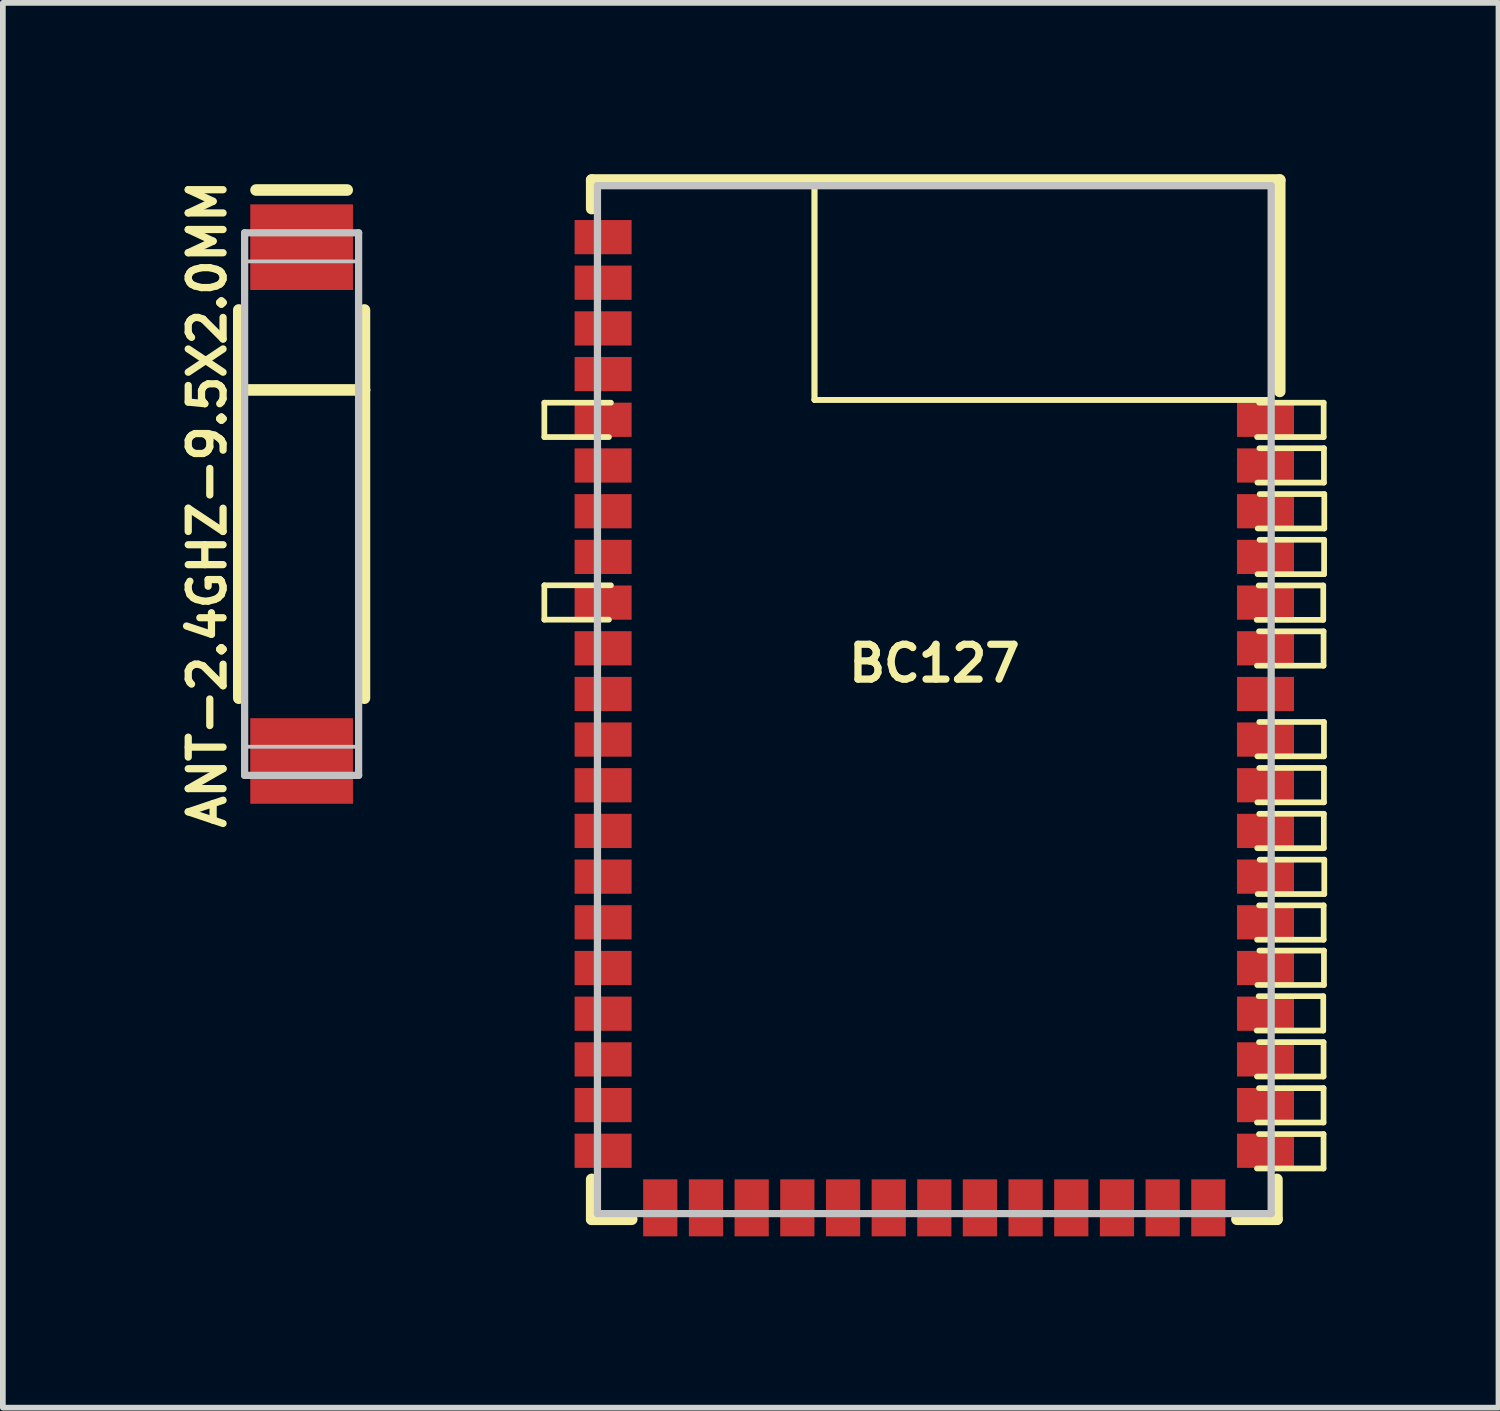
<source format=kicad_pcb>
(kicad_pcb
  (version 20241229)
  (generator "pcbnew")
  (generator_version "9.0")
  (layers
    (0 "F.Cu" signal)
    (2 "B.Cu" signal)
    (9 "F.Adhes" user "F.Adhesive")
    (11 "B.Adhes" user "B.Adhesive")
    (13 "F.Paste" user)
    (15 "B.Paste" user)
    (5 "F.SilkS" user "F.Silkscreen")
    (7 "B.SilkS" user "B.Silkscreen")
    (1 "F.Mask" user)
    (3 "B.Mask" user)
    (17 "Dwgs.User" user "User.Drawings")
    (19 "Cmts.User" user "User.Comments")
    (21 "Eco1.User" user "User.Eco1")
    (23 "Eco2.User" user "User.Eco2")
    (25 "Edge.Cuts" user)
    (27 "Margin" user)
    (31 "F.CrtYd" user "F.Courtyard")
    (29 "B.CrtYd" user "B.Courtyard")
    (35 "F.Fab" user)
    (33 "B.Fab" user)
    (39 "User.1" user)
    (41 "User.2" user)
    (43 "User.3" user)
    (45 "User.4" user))
  (footprint "ANT-2.4GHZ-9.5X2.0MM"
    (layer "F.Cu")
    (at 2.231 5.776)
    (property "Reference" "ANT-2.4GHZ-9.5X2.0MM" (at -1.651 0 90) (layer "F.SilkS") (effects (font (size 0.61 0.61) (thickness 0.127))))
    (attr smd)
    (fp_line (start -1.1 -3.399) (end -1.1 -1.999) (stroke (width 0.203) (type solid)) (layer "F.SilkS"))
    (fp_line (start -1.1 -1.999) (end -1.1 3.399) (stroke (width 0.203) (type solid)) (layer "F.SilkS"))
    (fp_line (start 0.798 -5.499) (end -0.798 -5.499) (stroke (width 0.203) (type solid)) (layer "F.SilkS"))
    (fp_line (start 1.1 -3.399) (end 1.1 -1.999) (stroke (width 0.203) (type solid)) (layer "F.SilkS"))
    (fp_line (start 1.1 -1.999) (end -1.1 -1.999) (stroke (width 0.203) (type solid)) (layer "F.SilkS"))
    (fp_line (start 1.1 -1.999) (end 1.1 3.399) (stroke (width 0.203) (type solid)) (layer "F.SilkS"))
    (fp_line (start -0.998 -4.75) (end 0.998 -4.75) (stroke (width 0.066) (type solid)) (layer "Dwgs.User"))
    (fp_line (start -0.998 -4.75) (end 0.998 -4.75) (stroke (width 0.127) (type solid)) (layer "Dwgs.User"))
    (fp_line (start -0.998 -4.249) (end -0.998 -4.75) (stroke (width 0.066) (type solid)) (layer "Dwgs.User"))
    (fp_line (start -0.998 -4.249) (end 0.998 -4.249) (stroke (width 0.066) (type solid)) (layer "Dwgs.User"))
    (fp_line (start -0.998 4.249) (end 0.998 4.249) (stroke (width 0.066) (type solid)) (layer "Dwgs.User"))
    (fp_line (start -0.998 4.75) (end -0.998 -4.75) (stroke (width 0.127) (type solid)) (layer "Dwgs.User"))
    (fp_line (start -0.998 4.75) (end -0.998 4.249) (stroke (width 0.066) (type solid)) (layer "Dwgs.User"))
    (fp_line (start -0.998 4.75) (end 0.998 4.75) (stroke (width 0.066) (type solid)) (layer "Dwgs.User"))
    (fp_line (start 0.998 -4.75) (end 0.998 4.75) (stroke (width 0.127) (type solid)) (layer "Dwgs.User"))
    (fp_line (start 0.998 -4.249) (end 0.998 -4.75) (stroke (width 0.066) (type solid)) (layer "Dwgs.User"))
    (fp_line (start 0.998 4.75) (end -0.998 4.75) (stroke (width 0.127) (type solid)) (layer "Dwgs.User"))
    (fp_line (start 0.998 4.75) (end 0.998 4.249) (stroke (width 0.066) (type solid)) (layer "Dwgs.User"))
    (pad "FEED" smd rect (at 0 -4.498) (size 1.798 1.499) (layers "F.Cu" "F.Mask" "F.Paste"))
    (pad "NC" smd rect (at 0 4.498) (size 1.798 1.499) (layers "F.Cu" "F.Mask" "F.Paste")))
  (footprint "BC127"
    (layer "F.Cu")
    (at 13.309 9.2)
    (property "Reference" "BC127" (at 0 -0.635 0) (layer "F.SilkS") (effects (font (size 0.61 0.61) (thickness 0.127))))
    (attr smd)
    (fp_line (start -6.828 -5.199) (end -6.828 -4.597) (stroke (width 0.1) (type solid)) (layer "F.SilkS"))
    (fp_line (start -6.828 -4.597) (end -5.697 -4.597) (stroke (width 0.1) (type solid)) (layer "F.SilkS"))
    (fp_line (start -6.828 -2.002) (end -6.828 -1.4) (stroke (width 0.1) (type solid)) (layer "F.SilkS"))
    (fp_line (start -6.828 -1.4) (end -5.697 -1.4) (stroke (width 0.1) (type solid)) (layer "F.SilkS"))
    (fp_line (start -5.999 -9.098) (end 6.048 -9.098) (stroke (width 0.203) (type solid)) (layer "F.SilkS"))
    (fp_line (start -5.999 -8.598) (end -5.999 -9.098) (stroke (width 0.203) (type solid)) (layer "F.SilkS"))
    (fp_line (start -5.999 9.098) (end -5.999 8.4) (stroke (width 0.203) (type solid)) (layer "F.SilkS"))
    (fp_line (start -5.662 -5.199) (end -6.828 -5.199) (stroke (width 0.1) (type solid)) (layer "F.SilkS"))
    (fp_line (start -5.662 -2.002) (end -6.828 -2.002) (stroke (width 0.1) (type solid)) (layer "F.SilkS"))
    (fp_line (start -5.298 9.098) (end -5.999 9.098) (stroke (width 0.203) (type solid)) (layer "F.SilkS"))
    (fp_line (start -2.098 -8.999) (end -2.098 -5.248) (stroke (width 0.1) (type solid)) (layer "F.SilkS"))
    (fp_line (start -2.098 -8.999) (end -2.098 -5.248) (stroke (width 0.1) (type solid)) (layer "F.SilkS"))
    (fp_line (start -2.098 -5.248) (end 5.898 -5.248) (stroke (width 0.1) (type solid)) (layer "F.SilkS"))
    (fp_line (start -2.098 -5.248) (end 5.898 -5.248) (stroke (width 0.1) (type solid)) (layer "F.SilkS"))
    (fp_line (start 5.644 -1.397) (end 6.81 -1.397) (stroke (width 0.1) (type solid)) (layer "F.SilkS"))
    (fp_line (start 5.644 5.794) (end 6.81 5.794) (stroke (width 0.1) (type solid)) (layer "F.SilkS"))
    (fp_line (start 5.649 -0.594) (end 6.815 -0.594) (stroke (width 0.1) (type solid)) (layer "F.SilkS"))
    (fp_line (start 5.649 6.599) (end 6.815 6.599) (stroke (width 0.1) (type solid)) (layer "F.SilkS"))
    (fp_line (start 5.649 7.404) (end 6.815 7.404) (stroke (width 0.1) (type solid)) (layer "F.SilkS"))
    (fp_line (start 5.649 8.209) (end 6.815 8.209) (stroke (width 0.1) (type solid)) (layer "F.SilkS"))
    (fp_line (start 5.652 -4.597) (end 6.817 -4.597) (stroke (width 0.1) (type solid)) (layer "F.SilkS"))
    (fp_line (start 5.652 4.204) (end 6.817 4.204) (stroke (width 0.1) (type solid)) (layer "F.SilkS"))
    (fp_line (start 5.654 2.601) (end 6.82 2.601) (stroke (width 0.1) (type solid)) (layer "F.SilkS"))
    (fp_line (start 5.657 -3.8) (end 6.822 -3.8) (stroke (width 0.1) (type solid)) (layer "F.SilkS"))
    (fp_line (start 5.657 0.993) (end 6.822 0.993) (stroke (width 0.1) (type solid)) (layer "F.SilkS"))
    (fp_line (start 5.657 1.798) (end 6.822 1.798) (stroke (width 0.1) (type solid)) (layer "F.SilkS"))
    (fp_line (start 5.657 4.996) (end 6.822 4.996) (stroke (width 0.1) (type solid)) (layer "F.SilkS"))
    (fp_line (start 5.659 -2.197) (end 6.825 -2.197) (stroke (width 0.1) (type solid)) (layer "F.SilkS"))
    (fp_line (start 5.662 -2.997) (end 6.828 -2.997) (stroke (width 0.1) (type solid)) (layer "F.SilkS"))
    (fp_line (start 5.662 3.404) (end 6.828 3.404) (stroke (width 0.1) (type solid)) (layer "F.SilkS"))
    (fp_line (start 5.898 -5.248) (end 5.898 -8.999) (stroke (width 0.1) (type solid)) (layer "F.SilkS"))
    (fp_line (start 5.898 -5.248) (end 5.898 -8.999) (stroke (width 0.1) (type solid)) (layer "F.SilkS"))
    (fp_line (start 5.999 8.4) (end 5.999 9.098) (stroke (width 0.203) (type solid)) (layer "F.SilkS"))
    (fp_line (start 5.999 9.098) (end 5.298 9.098) (stroke (width 0.203) (type solid)) (layer "F.SilkS"))
    (fp_line (start 6.048 -9.098) (end 6.048 -5.397) (stroke (width 0.203) (type solid)) (layer "F.SilkS"))
    (fp_line (start 6.81 -1.999) (end 5.679 -1.999) (stroke (width 0.1) (type solid)) (layer "F.SilkS"))
    (fp_line (start 6.81 -1.397) (end 6.81 -1.999) (stroke (width 0.1) (type solid)) (layer "F.SilkS"))
    (fp_line (start 6.81 5.192) (end 5.679 5.192) (stroke (width 0.1) (type solid)) (layer "F.SilkS"))
    (fp_line (start 6.81 5.794) (end 6.81 5.192) (stroke (width 0.1) (type solid)) (layer "F.SilkS"))
    (fp_line (start 6.815 -1.196) (end 5.685 -1.196) (stroke (width 0.1) (type solid)) (layer "F.SilkS"))
    (fp_line (start 6.815 -0.594) (end 6.815 -1.196) (stroke (width 0.1) (type solid)) (layer "F.SilkS"))
    (fp_line (start 6.815 5.997) (end 5.685 5.997) (stroke (width 0.1) (type solid)) (layer "F.SilkS"))
    (fp_line (start 6.815 6.599) (end 6.815 5.997) (stroke (width 0.1) (type solid)) (layer "F.SilkS"))
    (fp_line (start 6.815 6.802) (end 5.685 6.802) (stroke (width 0.1) (type solid)) (layer "F.SilkS"))
    (fp_line (start 6.815 7.404) (end 6.815 6.802) (stroke (width 0.1) (type solid)) (layer "F.SilkS"))
    (fp_line (start 6.815 7.607) (end 5.685 7.607) (stroke (width 0.1) (type solid)) (layer "F.SilkS"))
    (fp_line (start 6.815 8.209) (end 6.815 7.607) (stroke (width 0.1) (type solid)) (layer "F.SilkS"))
    (fp_line (start 6.817 -5.199) (end 5.687 -5.199) (stroke (width 0.1) (type solid)) (layer "F.SilkS"))
    (fp_line (start 6.817 -4.597) (end 6.817 -5.199) (stroke (width 0.1) (type solid)) (layer "F.SilkS"))
    (fp_line (start 6.817 3.602) (end 5.687 3.602) (stroke (width 0.1) (type solid)) (layer "F.SilkS"))
    (fp_line (start 6.817 4.204) (end 6.817 3.602) (stroke (width 0.1) (type solid)) (layer "F.SilkS"))
    (fp_line (start 6.82 1.999) (end 5.69 1.999) (stroke (width 0.1) (type solid)) (layer "F.SilkS"))
    (fp_line (start 6.82 2.601) (end 6.82 1.999) (stroke (width 0.1) (type solid)) (layer "F.SilkS"))
    (fp_line (start 6.822 -4.402) (end 5.692 -4.402) (stroke (width 0.1) (type solid)) (layer "F.SilkS"))
    (fp_line (start 6.822 -3.8) (end 6.822 -4.402) (stroke (width 0.1) (type solid)) (layer "F.SilkS"))
    (fp_line (start 6.822 0.391) (end 5.69 0.391) (stroke (width 0.1) (type solid)) (layer "F.SilkS"))
    (fp_line (start 6.822 0.993) (end 6.822 0.391) (stroke (width 0.1) (type solid)) (layer "F.SilkS"))
    (fp_line (start 6.822 1.196) (end 5.69 1.196) (stroke (width 0.1) (type solid)) (layer "F.SilkS"))
    (fp_line (start 6.822 1.798) (end 6.822 1.196) (stroke (width 0.1) (type solid)) (layer "F.SilkS"))
    (fp_line (start 6.822 4.394) (end 5.692 4.394) (stroke (width 0.1) (type solid)) (layer "F.SilkS"))
    (fp_line (start 6.822 4.996) (end 6.822 4.394) (stroke (width 0.1) (type solid)) (layer "F.SilkS"))
    (fp_line (start 6.825 -2.799) (end 5.695 -2.799) (stroke (width 0.1) (type solid)) (layer "F.SilkS"))
    (fp_line (start 6.825 -2.197) (end 6.825 -2.799) (stroke (width 0.1) (type solid)) (layer "F.SilkS"))
    (fp_line (start 6.828 -3.599) (end 5.697 -3.599) (stroke (width 0.1) (type solid)) (layer "F.SilkS"))
    (fp_line (start 6.828 -2.997) (end 6.828 -3.599) (stroke (width 0.1) (type solid)) (layer "F.SilkS"))
    (fp_line (start 6.828 2.802) (end 5.697 2.802) (stroke (width 0.1) (type solid)) (layer "F.SilkS"))
    (fp_line (start 6.828 3.404) (end 6.828 2.802) (stroke (width 0.1) (type solid)) (layer "F.SilkS"))
    (fp_line (start -5.898 -8.999) (end 5.898 -8.999) (stroke (width 0.127) (type solid)) (layer "Dwgs.User"))
    (fp_line (start -5.898 8.999) (end -5.898 -8.999) (stroke (width 0.127) (type solid)) (layer "Dwgs.User"))
    (fp_line (start 5.898 -8.999) (end 5.898 8.999) (stroke (width 0.127) (type solid)) (layer "Dwgs.User"))
    (fp_line (start 5.898 8.999) (end -5.898 8.999) (stroke (width 0.127) (type solid)) (layer "Dwgs.User"))
    (pad "1" smd rect (at -5.799 -8.098) (size 0.998 0.599) (layers "F.Cu" "F.Mask" "F.Paste"))
    (pad "2" smd rect (at -5.799 -7.3) (size 0.998 0.599) (layers "F.Cu" "F.Mask" "F.Paste"))
    (pad "3" smd rect (at -5.799 -6.5) (size 0.998 0.599) (layers "F.Cu" "F.Mask" "F.Paste"))
    (pad "4" smd rect (at -5.799 -5.7) (size 0.998 0.599) (layers "F.Cu" "F.Mask" "F.Paste"))
    (pad "5" smd rect (at -5.799 -4.9) (size 0.998 0.599) (layers "F.Cu" "F.Mask" "F.Paste"))
    (pad "6" smd rect (at -5.799 -4.1) (size 0.998 0.599) (layers "F.Cu" "F.Mask" "F.Paste"))
    (pad "7" smd rect (at -5.799 -3.299) (size 0.998 0.599) (layers "F.Cu" "F.Mask" "F.Paste"))
    (pad "8" smd rect (at -5.799 -2.499) (size 0.998 0.599) (layers "F.Cu" "F.Mask" "F.Paste"))
    (pad "9" smd rect (at -5.799 -1.699) (size 0.998 0.599) (layers "F.Cu" "F.Mask" "F.Paste"))
    (pad "10" smd rect (at -5.799 -0.899) (size 0.998 0.599) (layers "F.Cu" "F.Mask" "F.Paste"))
    (pad "11" smd rect (at -5.799 -0.099) (size 0.998 0.599) (layers "F.Cu" "F.Mask" "F.Paste"))
    (pad "12" smd rect (at -5.799 0.699) (size 0.998 0.599) (layers "F.Cu" "F.Mask" "F.Paste"))
    (pad "13" smd rect (at -5.799 1.499) (size 0.998 0.599) (layers "F.Cu" "F.Mask" "F.Paste"))
    (pad "14" smd rect (at -5.799 2.299) (size 0.998 0.599) (layers "F.Cu" "F.Mask" "F.Paste"))
    (pad "15" smd rect (at -5.799 3.099) (size 0.998 0.599) (layers "F.Cu" "F.Mask" "F.Paste"))
    (pad "16" smd rect (at -5.799 3.899) (size 0.998 0.599) (layers "F.Cu" "F.Mask" "F.Paste"))
    (pad "17" smd rect (at -5.799 4.699) (size 0.998 0.599) (layers "F.Cu" "F.Mask" "F.Paste"))
    (pad "18" smd rect (at -5.799 5.499) (size 0.998 0.599) (layers "F.Cu" "F.Mask" "F.Paste"))
    (pad "19" smd rect (at -5.799 6.299) (size 0.998 0.599) (layers "F.Cu" "F.Mask" "F.Paste"))
    (pad "20" smd rect (at -5.799 7.099) (size 0.998 0.599) (layers "F.Cu" "F.Mask" "F.Paste"))
    (pad "21" smd rect (at -5.799 7.899) (size 0.998 0.599) (layers "F.Cu" "F.Mask" "F.Paste"))
    (pad "22" smd rect (at -4.798 8.898 90) (size 0.998 0.599) (layers "F.Cu" "F.Mask" "F.Paste"))
    (pad "23" smd rect (at -3.998 8.898 90) (size 0.998 0.599) (layers "F.Cu" "F.Mask" "F.Paste"))
    (pad "24" smd rect (at -3.198 8.898 90) (size 0.998 0.599) (layers "F.Cu" "F.Mask" "F.Paste"))
    (pad "25" smd rect (at -2.398 8.898 90) (size 0.998 0.599) (layers "F.Cu" "F.Mask" "F.Paste"))
    (pad "26" smd rect (at -1.598 8.898 90) (size 0.998 0.599) (layers "F.Cu" "F.Mask" "F.Paste"))
    (pad "27" smd rect (at -0.798 8.898 90) (size 0.998 0.599) (layers "F.Cu" "F.Mask" "F.Paste"))
    (pad "28" smd rect (at 0 8.898 90) (size 0.998 0.599) (layers "F.Cu" "F.Mask" "F.Paste"))
    (pad "29" smd rect (at 0.798 8.898 90) (size 0.998 0.599) (layers "F.Cu" "F.Mask" "F.Paste"))
    (pad "30" smd rect (at 1.598 8.898 90) (size 0.998 0.599) (layers "F.Cu" "F.Mask" "F.Paste"))
    (pad "31" smd rect (at 2.398 8.898 90) (size 0.998 0.599) (layers "F.Cu" "F.Mask" "F.Paste"))
    (pad "32" smd rect (at 3.198 8.898 90) (size 0.998 0.599) (layers "F.Cu" "F.Mask" "F.Paste"))
    (pad "33" smd rect (at 3.998 8.898 90) (size 0.998 0.599) (layers "F.Cu" "F.Mask" "F.Paste"))
    (pad "34" smd rect (at 4.798 8.898 90) (size 0.998 0.599) (layers "F.Cu" "F.Mask" "F.Paste"))
    (pad "35" smd rect (at 5.799 7.899) (size 0.998 0.599) (layers "F.Cu" "F.Mask" "F.Paste"))
    (pad "36" smd rect (at 5.799 7.099) (size 0.998 0.599) (layers "F.Cu" "F.Mask" "F.Paste"))
    (pad "37" smd rect (at 5.799 6.299) (size 0.998 0.599) (layers "F.Cu" "F.Mask" "F.Paste"))
    (pad "38" smd rect (at 5.799 5.499) (size 0.998 0.599) (layers "F.Cu" "F.Mask" "F.Paste"))
    (pad "39" smd rect (at 5.799 4.699) (size 0.998 0.599) (layers "F.Cu" "F.Mask" "F.Paste"))
    (pad "40" smd rect (at 5.799 3.899) (size 0.998 0.599) (layers "F.Cu" "F.Mask" "F.Paste"))
    (pad "41" smd rect (at 5.799 3.099) (size 0.998 0.599) (layers "F.Cu" "F.Mask" "F.Paste"))
    (pad "42" smd rect (at 5.799 2.299) (size 0.998 0.599) (layers "F.Cu" "F.Mask" "F.Paste"))
    (pad "43" smd rect (at 5.799 1.499) (size 0.998 0.599) (layers "F.Cu" "F.Mask" "F.Paste"))
    (pad "44" smd rect (at 5.799 0.699) (size 0.998 0.599) (layers "F.Cu" "F.Mask" "F.Paste"))
    (pad "45" smd rect (at 5.799 -0.099) (size 0.998 0.599) (layers "F.Cu" "F.Mask" "F.Paste"))
    (pad "46" smd rect (at 5.799 -0.899) (size 0.998 0.599) (layers "F.Cu" "F.Mask" "F.Paste"))
    (pad "47" smd rect (at 5.799 -1.699) (size 0.998 0.599) (layers "F.Cu" "F.Mask" "F.Paste"))
    (pad "48" smd rect (at 5.799 -2.499) (size 0.998 0.599) (layers "F.Cu" "F.Mask" "F.Paste"))
    (pad "49" smd rect (at 5.799 -3.299) (size 0.998 0.599) (layers "F.Cu" "F.Mask" "F.Paste"))
    (pad "50" smd rect (at 5.799 -4.1) (size 0.998 0.599) (layers "F.Cu" "F.Mask" "F.Paste"))
    (pad "51" smd rect (at 5.799 -4.9) (size 0.998 0.599) (layers "F.Cu" "F.Mask" "F.Paste")))
  (gr_rect
    (start -3 -3)
    (end 23.187 21.597)
    (stroke (width 0.1) (type default))
    (fill no)
    (layer "Edge.Cuts")))
</source>
